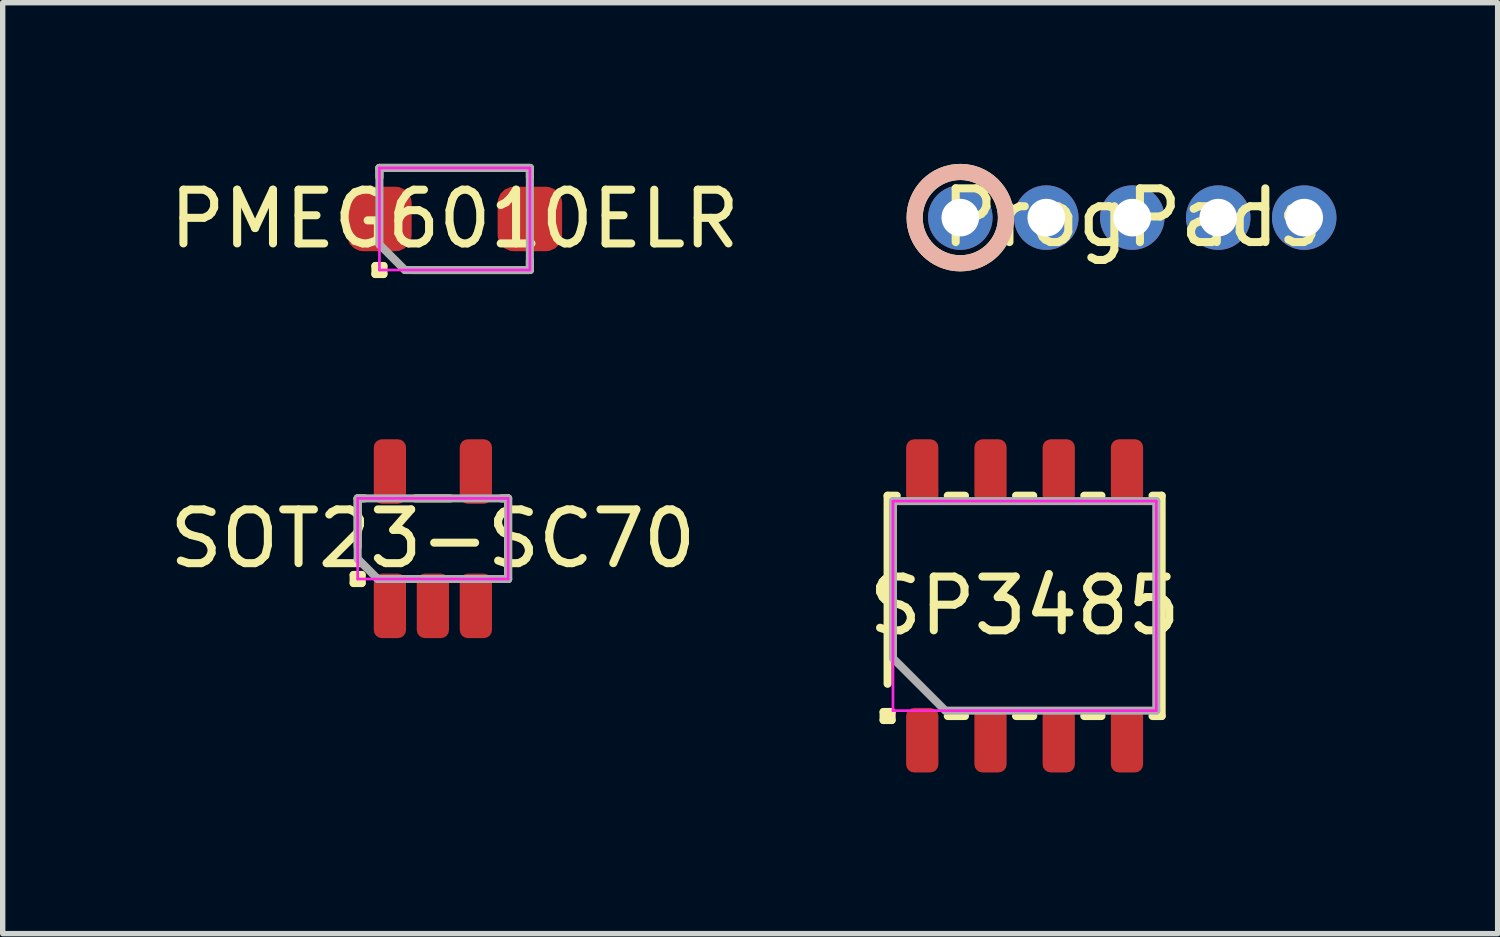
<source format=kicad_pcb>
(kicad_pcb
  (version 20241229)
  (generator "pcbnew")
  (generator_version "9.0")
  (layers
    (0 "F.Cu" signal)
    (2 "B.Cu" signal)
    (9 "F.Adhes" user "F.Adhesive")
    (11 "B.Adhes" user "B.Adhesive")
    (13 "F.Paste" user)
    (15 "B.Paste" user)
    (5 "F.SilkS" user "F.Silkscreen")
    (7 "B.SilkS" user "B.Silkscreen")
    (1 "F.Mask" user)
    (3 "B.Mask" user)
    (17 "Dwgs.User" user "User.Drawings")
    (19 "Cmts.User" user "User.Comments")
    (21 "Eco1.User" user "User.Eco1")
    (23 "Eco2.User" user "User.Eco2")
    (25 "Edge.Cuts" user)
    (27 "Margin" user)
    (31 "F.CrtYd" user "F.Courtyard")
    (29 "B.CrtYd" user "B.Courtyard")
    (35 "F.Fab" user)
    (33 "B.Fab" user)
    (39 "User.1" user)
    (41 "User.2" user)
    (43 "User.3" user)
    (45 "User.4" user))
  (footprint "SOT23-SC70"
    (layer "F.Cu")
    (at 5.006 6.975)
    (property "Reference" "SOT23-SC70" (at 0 0 0) (layer "F.SilkS") (effects (font (size 1 1) (thickness 0.15))))
    (attr smd)
    (fp_line (start -1.475 0.675) (end -1.325 0.675) (stroke (width 0.15) (type solid)) (layer "F.SilkS"))
    (fp_line (start -1.475 0.825) (end -1.475 0.675) (stroke (width 0.15) (type solid)) (layer "F.SilkS"))
    (fp_line (start -1.4 -0.75) (end -1.4 0.15) (stroke (width 0.15) (type solid)) (layer "F.SilkS"))
    (fp_line (start -1.325 0.675) (end -1.325 0.825) (stroke (width 0.15) (type solid)) (layer "F.SilkS"))
    (fp_line (start -1.325 0.825) (end -1.475 0.825) (stroke (width 0.15) (type solid)) (layer "F.SilkS"))
    (fp_line (start -1.275 -0.75) (end -1.4 -0.75) (stroke (width 0.15) (type solid)) (layer "F.SilkS"))
    (fp_line (start 0.325 -0.75) (end -0.325 -0.75) (stroke (width 0.15) (type solid)) (layer "F.SilkS"))
    (fp_line (start 1.275 0.75) (end 1.4 0.75) (stroke (width 0.15) (type solid)) (layer "F.SilkS"))
    (fp_line (start 1.4 -0.75) (end 1.275 -0.75) (stroke (width 0.15) (type solid)) (layer "F.SilkS"))
    (fp_line (start 1.4 0.75) (end 1.4 -0.75) (stroke (width 0.15) (type solid)) (layer "F.SilkS"))
    (fp_line (start -1.4 -0.75) (end 1.4 -0.75) (stroke (width 0.05) (type solid)) (layer "F.CrtYd"))
    (fp_line (start -1.4 0.75) (end -1.4 -0.75) (stroke (width 0.05) (type solid)) (layer "F.CrtYd"))
    (fp_line (start 1.4 -0.75) (end 1.4 0.75) (stroke (width 0.05) (type solid)) (layer "F.CrtYd"))
    (fp_line (start 1.4 0.75) (end -1.4 0.75) (stroke (width 0.05) (type solid)) (layer "F.CrtYd"))
    (fp_line (start -1.4 -0.75) (end -1.4 0.375) (stroke (width 0.15) (type solid)) (layer "F.Fab"))
    (fp_line (start -1.025 0.75) (end -1.4 0.375) (stroke (width 0.15) (type solid)) (layer "F.Fab"))
    (fp_line (start -1.025 0.75) (end 1.4 0.75) (stroke (width 0.15) (type solid)) (layer "F.Fab"))
    (fp_line (start 1.4 -0.75) (end -1.4 -0.75) (stroke (width 0.15) (type solid)) (layer "F.Fab"))
    (fp_line (start 1.4 0.75) (end 1.4 -0.75) (stroke (width 0.15) (type solid)) (layer "F.Fab"))
    (pad "1" smd roundrect (at -0.8 1.25) (size 0.6 1.2) (layers "F.Cu" "F.Mask" "F.Paste") (roundrect_rratio 0.25))
    (pad "2" smd roundrect (at 0 1.25) (size 0.6 1.2) (layers "F.Cu" "F.Mask" "F.Paste") (roundrect_rratio 0.25))
    (pad "3" smd roundrect (at 0.8 1.25) (size 0.6 1.2) (layers "F.Cu" "F.Mask" "F.Paste") (roundrect_rratio 0.25))
    (pad "4" smd roundrect (at 0.8 -1.25) (size 0.6 1.2) (layers "F.Cu" "F.Mask" "F.Paste") (roundrect_rratio 0.25))
    (pad "5" smd roundrect (at -0.8 -1.25) (size 0.6 1.2) (layers "F.Cu" "F.Mask" "F.Paste") (roundrect_rratio 0.25)))
  (footprint "SP3485"
    (layer "F.Cu")
    (at 16.018 8.225)
    (property "Reference" "SP3485" (at 0 0 0) (layer "F.SilkS") (effects (font (size 1 1) (thickness 0.15))))
    (attr smd)
    (fp_line (start -2.625 1.975) (end -2.475 1.975) (stroke (width 0.15) (type solid)) (layer "F.SilkS"))
    (fp_line (start -2.625 2.125) (end -2.625 1.975) (stroke (width 0.15) (type solid)) (layer "F.SilkS"))
    (fp_line (start -2.55 -2.05) (end -2.55 1.45) (stroke (width 0.15) (type solid)) (layer "F.SilkS"))
    (fp_line (start -2.475 1.975) (end -2.475 2.125) (stroke (width 0.15) (type solid)) (layer "F.SilkS"))
    (fp_line (start -2.475 2.125) (end -2.625 2.125) (stroke (width 0.15) (type solid)) (layer "F.SilkS"))
    (fp_line (start -2.38 -2.05) (end -2.55 -2.05) (stroke (width 0.15) (type solid)) (layer "F.SilkS"))
    (fp_line (start -1.43 2.05) (end -1.11 2.05) (stroke (width 0.15) (type solid)) (layer "F.SilkS"))
    (fp_line (start -1.11 -2.05) (end -1.43 -2.05) (stroke (width 0.15) (type solid)) (layer "F.SilkS"))
    (fp_line (start -0.16 2.05) (end 0.16 2.05) (stroke (width 0.15) (type solid)) (layer "F.SilkS"))
    (fp_line (start 0.16 -2.05) (end -0.16 -2.05) (stroke (width 0.15) (type solid)) (layer "F.SilkS"))
    (fp_line (start 1.11 2.05) (end 1.43 2.05) (stroke (width 0.15) (type solid)) (layer "F.SilkS"))
    (fp_line (start 1.43 -2.05) (end 1.11 -2.05) (stroke (width 0.15) (type solid)) (layer "F.SilkS"))
    (fp_line (start 2.38 2.05) (end 2.55 2.05) (stroke (width 0.15) (type solid)) (layer "F.SilkS"))
    (fp_line (start 2.55 -2.05) (end 2.38 -2.05) (stroke (width 0.15) (type solid)) (layer "F.SilkS"))
    (fp_line (start 2.55 2.05) (end 2.55 -2.05) (stroke (width 0.15) (type solid)) (layer "F.SilkS"))
    (fp_line (start -2.45 -1.95) (end 2.45 -1.95) (stroke (width 0.05) (type solid)) (layer "F.CrtYd"))
    (fp_line (start -2.45 1.95) (end -2.45 -1.95) (stroke (width 0.05) (type solid)) (layer "F.CrtYd"))
    (fp_line (start 2.45 -1.95) (end 2.45 1.95) (stroke (width 0.05) (type solid)) (layer "F.CrtYd"))
    (fp_line (start 2.45 1.95) (end -2.45 1.95) (stroke (width 0.05) (type solid)) (layer "F.CrtYd"))
    (fp_line (start -2.45 -1.95) (end -2.45 0.975) (stroke (width 0.15) (type solid)) (layer "F.Fab"))
    (fp_line (start -1.475 1.95) (end -2.45 0.975) (stroke (width 0.15) (type solid)) (layer "F.Fab"))
    (fp_line (start -1.475 1.95) (end 2.45 1.95) (stroke (width 0.15) (type solid)) (layer "F.Fab"))
    (fp_line (start 2.45 -1.95) (end -2.45 -1.95) (stroke (width 0.15) (type solid)) (layer "F.Fab"))
    (fp_line (start 2.45 1.95) (end 2.45 -1.95) (stroke (width 0.15) (type solid)) (layer "F.Fab"))
    (pad "1" smd roundrect (at -1.905 2.5) (size 0.6 1.2) (layers "F.Cu" "F.Mask" "F.Paste") (roundrect_rratio 0.25))
    (pad "2" smd roundrect (at -0.635 2.5) (size 0.6 1.2) (layers "F.Cu" "F.Mask" "F.Paste") (roundrect_rratio 0.25))
    (pad "3" smd roundrect (at 0.635 2.5) (size 0.6 1.2) (layers "F.Cu" "F.Mask" "F.Paste") (roundrect_rratio 0.25))
    (pad "4" smd roundrect (at 1.905 2.5) (size 0.6 1.2) (layers "F.Cu" "F.Mask" "F.Paste") (roundrect_rratio 0.25))
    (pad "5" smd roundrect (at 1.905 -2.5) (size 0.6 1.2) (layers "F.Cu" "F.Mask" "F.Paste") (roundrect_rratio 0.25))
    (pad "6" smd roundrect (at 0.635 -2.5) (size 0.6 1.2) (layers "F.Cu" "F.Mask" "F.Paste") (roundrect_rratio 0.25))
    (pad "7" smd roundrect (at -0.635 -2.5) (size 0.6 1.2) (layers "F.Cu" "F.Mask" "F.Paste") (roundrect_rratio 0.25))
    (pad "8" smd roundrect (at -1.905 -2.5) (size 0.6 1.2) (layers "F.Cu" "F.Mask" "F.Paste") (roundrect_rratio 0.25)))
  (footprint "PMEG6010ELR"
    (layer "F.Cu")
    (at 5.411 1.025)
    (property "Reference" "PMEG6010ELR" (at 0 0 0) (layer "F.SilkS") (effects (font (size 1 1) (thickness 0.15))))
    (attr smd)
    (fp_line (start -1.475 0.875) (end -1.325 0.875) (stroke (width 0.15) (type solid)) (layer "F.SilkS"))
    (fp_line (start -1.475 1.025) (end -1.475 0.875) (stroke (width 0.15) (type solid)) (layer "F.SilkS"))
    (fp_line (start -1.4 -0.95) (end -1.4 -0.775) (stroke (width 0.15) (type solid)) (layer "F.SilkS"))
    (fp_line (start -1.325 0.875) (end -1.325 1.025) (stroke (width 0.15) (type solid)) (layer "F.SilkS"))
    (fp_line (start -1.325 1.025) (end -1.475 1.025) (stroke (width 0.15) (type solid)) (layer "F.SilkS"))
    (fp_line (start -0.8 0.95) (end 1.4 0.95) (stroke (width 0.15) (type solid)) (layer "F.SilkS"))
    (fp_line (start 1.4 -0.95) (end -1.4 -0.95) (stroke (width 0.15) (type solid)) (layer "F.SilkS"))
    (fp_line (start 1.4 -0.775) (end 1.4 -0.95) (stroke (width 0.15) (type solid)) (layer "F.SilkS"))
    (fp_line (start 1.4 0.95) (end 1.4 0.775) (stroke (width 0.15) (type solid)) (layer "F.SilkS"))
    (fp_line (start -1.4 -0.95) (end 1.4 -0.95) (stroke (width 0.05) (type solid)) (layer "F.CrtYd"))
    (fp_line (start -1.4 0.95) (end -1.4 -0.95) (stroke (width 0.05) (type solid)) (layer "F.CrtYd"))
    (fp_line (start 1.4 -0.95) (end 1.4 0.95) (stroke (width 0.05) (type solid)) (layer "F.CrtYd"))
    (fp_line (start 1.4 0.95) (end -1.4 0.95) (stroke (width 0.05) (type solid)) (layer "F.CrtYd"))
    (fp_line (start -1.4 -0.95) (end -1.4 0.475) (stroke (width 0.15) (type solid)) (layer "F.Fab"))
    (fp_line (start -0.925 0.95) (end -1.4 0.475) (stroke (width 0.15) (type solid)) (layer "F.Fab"))
    (fp_line (start -0.925 0.95) (end 1.4 0.95) (stroke (width 0.15) (type solid)) (layer "F.Fab"))
    (fp_line (start 1.4 -0.95) (end -1.4 -0.95) (stroke (width 0.15) (type solid)) (layer "F.Fab"))
    (fp_line (start 1.4 0.95) (end 1.4 -0.95) (stroke (width 0.15) (type solid)) (layer "F.Fab"))
    (pad "1" smd roundrect (at -1.4 0) (size 1.2 1.2) (layers "F.Cu" "F.Mask" "F.Paste") (roundrect_rratio 0.25))
    (pad "2" smd roundrect (at 1.4 0) (size 1.2 1.2) (layers "F.Cu" "F.Mask" "F.Paste") (roundrect_rratio 0.25)))
  (footprint "ProgPads"
    (layer "F.Cu")
    (at 18.021 1)
    (property "Reference" "ProgPads" (at 0 0 0) (layer "F.SilkS") (effects (font (size 1 1) (thickness 0.15))))
    (attr through_hole)
    (fp_circle (center -3.2 0) (end -4.05 0) (stroke (width 0.3) (type default)) (fill no) (layer "F.SilkS"))
    (fp_circle (center -3.2 0) (end -4.05 0) (stroke (width 0.3) (type default)) (fill no) (layer "B.SilkS"))
    (pad "1" thru_hole circle (at -3.2 0) (size 1.2 1.2) (drill 0.7) (layers "*.Cu" "*.Mask") (remove_unused_layers yes) (keep_end_layers yes) (zone_layer_connections))
    (pad "2" thru_hole circle (at -1.6 0) (size 1.2 1.2) (drill 0.7) (layers "*.Cu" "*.Mask") (remove_unused_layers yes) (keep_end_layers yes) (zone_layer_connections))
    (pad "3" thru_hole circle (at 0 0) (size 1.2 1.2) (drill 0.7) (layers "*.Cu" "*.Mask") (remove_unused_layers yes) (keep_end_layers yes) (zone_layer_connections))
    (pad "4" thru_hole circle (at 1.6 0) (size 1.2 1.2) (drill 0.7) (layers "*.Cu" "*.Mask") (remove_unused_layers yes) (keep_end_layers yes) (zone_layer_connections))
    (pad "5" thru_hole circle (at 3.2 0) (size 1.2 1.2) (drill 0.7) (layers "*.Cu" "*.Mask") (remove_unused_layers yes) (keep_end_layers yes) (zone_layer_connections)))
  (gr_rect
    (start -3 -3)
    (end 24.821 14.325)
    (stroke (width 0.1) (type default))
    (fill no)
    (layer "Edge.Cuts")))
</source>
